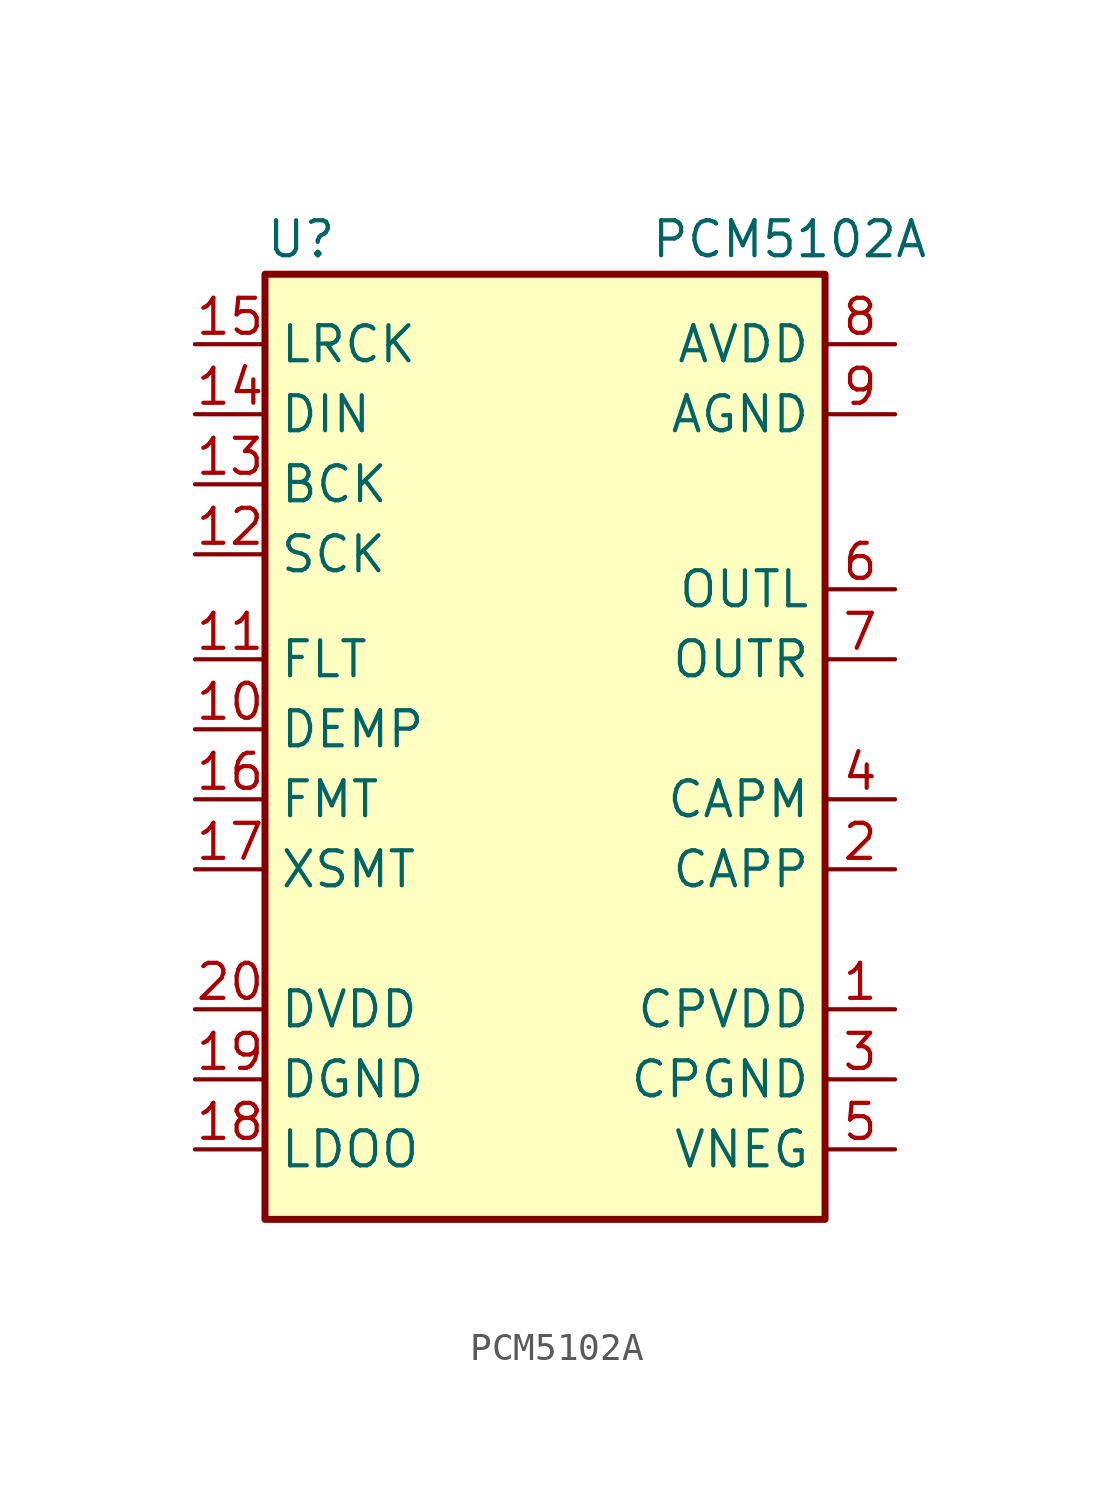
<source format=kicad_sym>
(kicad_symbol_lib
  (version 20211014)
  (generator kicad_symbol_editor)
  (symbol "PCM5102A"
    (property "Reference" "U"
      (at -10.16 13.97 0)
      (effects (font (size 1.27 1.27)) (justify left)))
    (property "Value" "PCM5102A"
      (at 3.81 13.97 0)
      (effects (font (size 1.27 1.27)) (justify left)))
    (symbol "PCM5102A_0_1"
      (rectangle (start -10.16 12.7) (end 10.16 -21.59) (stroke (width 0.254) (type default) (color 0 0 0 0)) (fill (type background))))
    (symbol "PCM5102A_1_1"
      (pin passive line (at 12.7 -13.97 180) (length 2.54) (name "CPVDD" (effects (font (size 1.27 1.27)))) (number "1" (effects (font (size 1.27 1.27)))))
      (pin input line (at -12.7 -3.81 0) (length 2.54) (name "DEMP" (effects (font (size 1.27 1.27)))) (number "10" (effects (font (size 1.27 1.27)))))
      (pin input line (at -12.7 -1.27 0) (length 2.54) (name "FLT" (effects (font (size 1.27 1.27)))) (number "11" (effects (font (size 1.27 1.27)))))
      (pin input line (at -12.7 2.54 0) (length 2.54) (name "SCK" (effects (font (size 1.27 1.27)))) (number "12" (effects (font (size 1.27 1.27)))))
      (pin input line (at -12.7 5.08 0) (length 2.54) (name "BCK" (effects (font (size 1.27 1.27)))) (number "13" (effects (font (size 1.27 1.27)))))
      (pin input line (at -12.7 7.62 0) (length 2.54) (name "DIN" (effects (font (size 1.27 1.27)))) (number "14" (effects (font (size 1.27 1.27)))))
      (pin input line (at -12.7 10.16 0) (length 2.54) (name "LRCK" (effects (font (size 1.27 1.27)))) (number "15" (effects (font (size 1.27 1.27)))))
      (pin input line (at -12.7 -6.35 0) (length 2.54) (name "FMT" (effects (font (size 1.27 1.27)))) (number "16" (effects (font (size 1.27 1.27)))))
      (pin input line (at -12.7 -8.89 0) (length 2.54) (name "XSMT" (effects (font (size 1.27 1.27)))) (number "17" (effects (font (size 1.27 1.27)))))
      (pin passive line (at -12.7 -19.05 0) (length 2.54) (name "LDOO" (effects (font (size 1.27 1.27)))) (number "18" (effects (font (size 1.27 1.27)))))
      (pin power_in line (at -12.7 -16.51 0) (length 2.54) (name "DGND" (effects (font (size 1.27 1.27)))) (number "19" (effects (font (size 1.27 1.27)))))
      (pin passive line (at 12.7 -8.89 180) (length 2.54) (name "CAPP" (effects (font (size 1.27 1.27)))) (number "2" (effects (font (size 1.27 1.27)))))
      (pin power_in line (at -12.7 -13.97 0) (length 2.54) (name "DVDD" (effects (font (size 1.27 1.27)))) (number "20" (effects (font (size 1.27 1.27)))))
      (pin power_in line (at 12.7 -16.51 180) (length 2.54) (name "CPGND" (effects (font (size 1.27 1.27)))) (number "3" (effects (font (size 1.27 1.27)))))
      (pin passive line (at 12.7 -6.35 180) (length 2.54) (name "CAPM" (effects (font (size 1.27 1.27)))) (number "4" (effects (font (size 1.27 1.27)))))
      (pin passive line (at 12.7 -19.05 180) (length 2.54) (name "VNEG" (effects (font (size 1.27 1.27)))) (number "5" (effects (font (size 1.27 1.27)))))
      (pin output line (at 12.7 1.27 180) (length 2.54) (name "OUTL" (effects (font (size 1.27 1.27)))) (number "6" (effects (font (size 1.27 1.27)))))
      (pin output line (at 12.7 -1.27 180) (length 2.54) (name "OUTR" (effects (font (size 1.27 1.27)))) (number "7" (effects (font (size 1.27 1.27)))))
      (pin power_in line (at 12.7 10.16 180) (length 2.54) (name "AVDD" (effects (font (size 1.27 1.27)))) (number "8" (effects (font (size 1.27 1.27)))))
      (pin power_in line (at 12.7 7.62 180) (length 2.54) (name "AGND" (effects (font (size 1.27 1.27)))) (number "9" (effects (font (size 1.27 1.27))))))))
</source>
